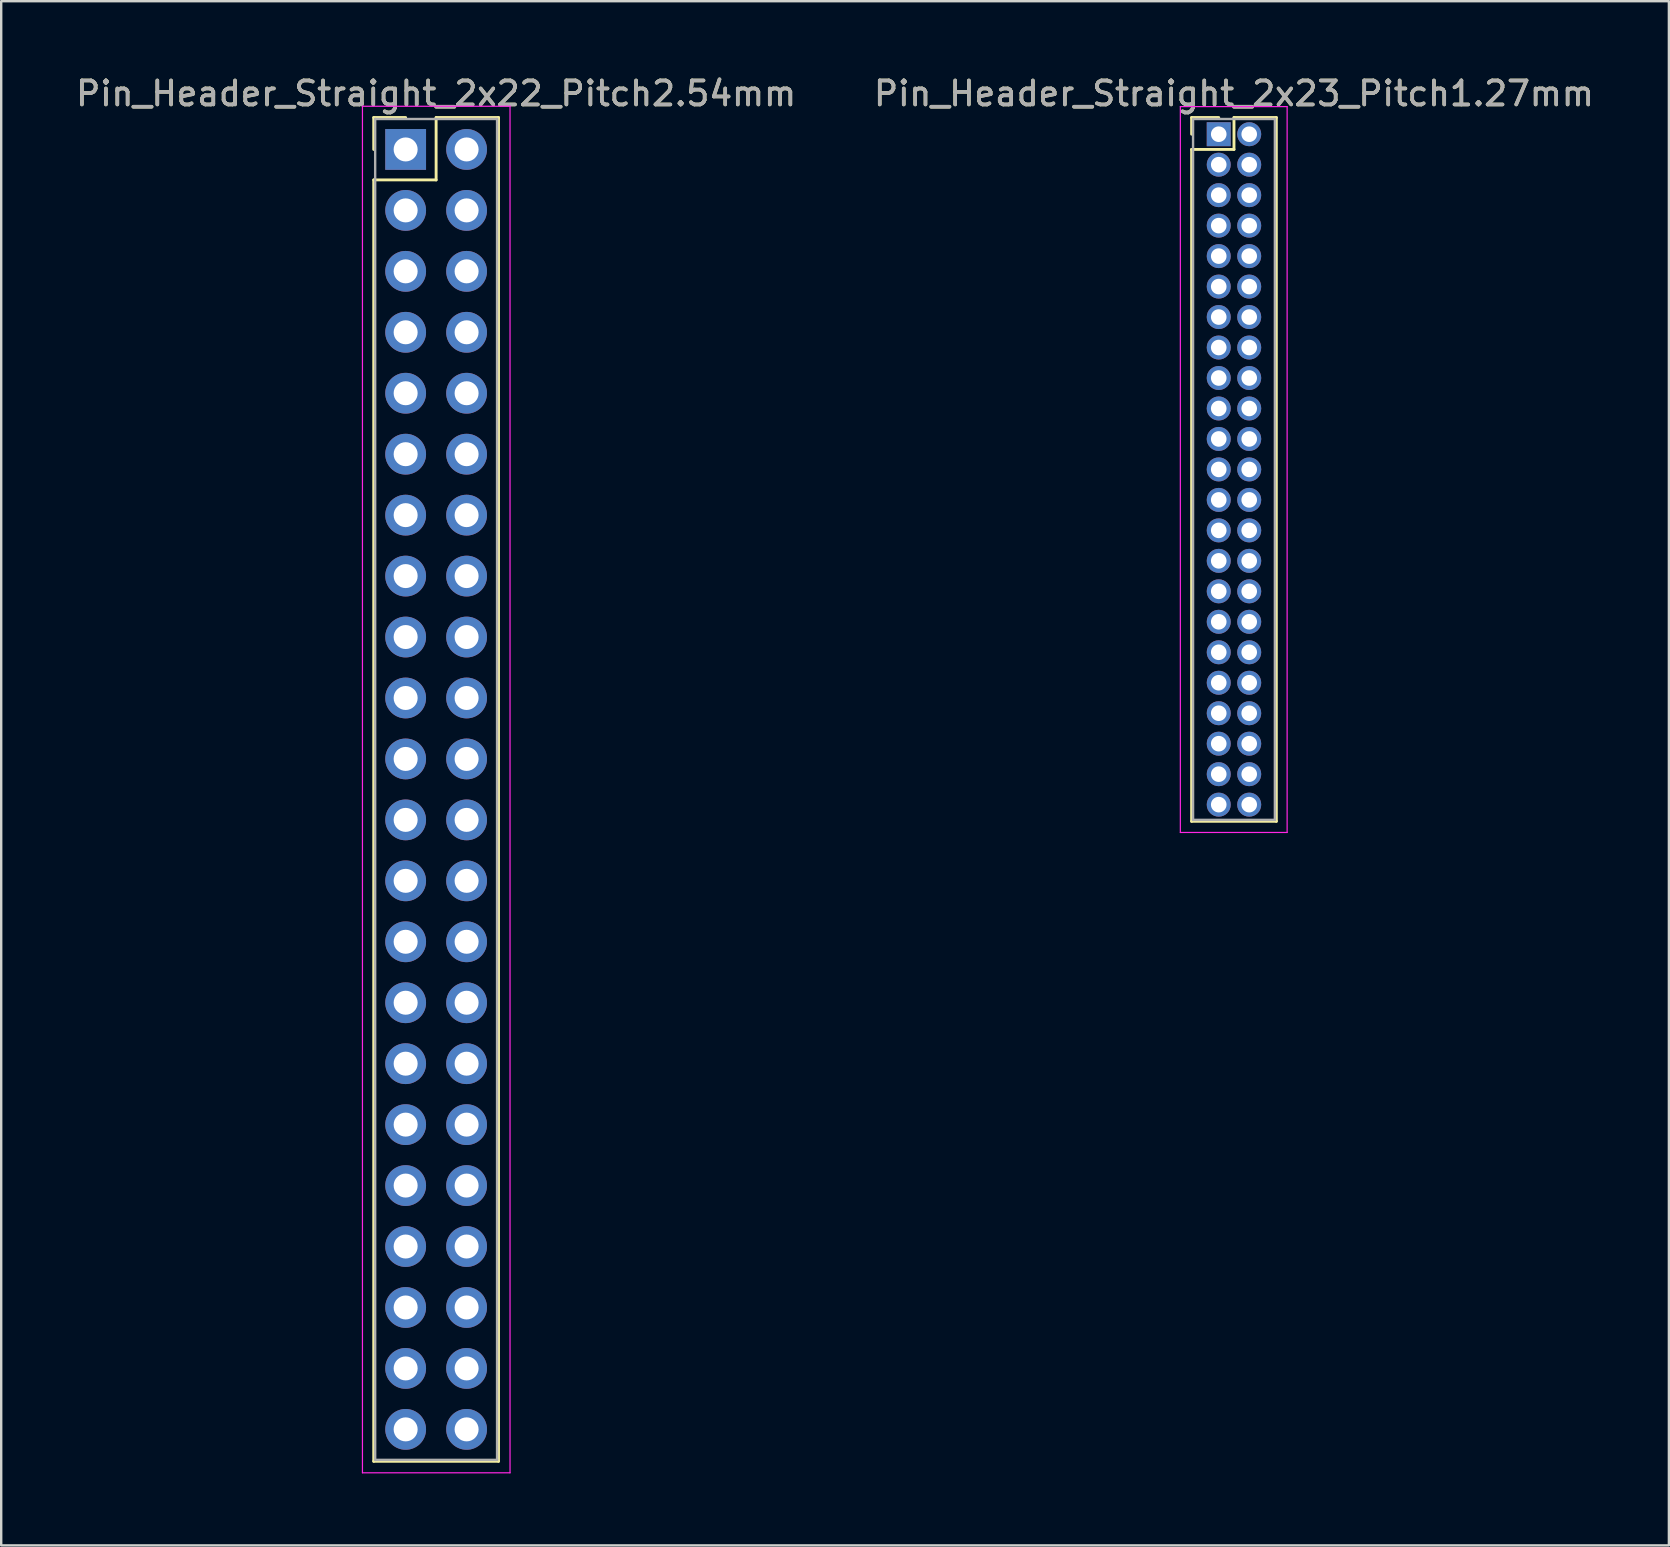
<source format=kicad_pcb>
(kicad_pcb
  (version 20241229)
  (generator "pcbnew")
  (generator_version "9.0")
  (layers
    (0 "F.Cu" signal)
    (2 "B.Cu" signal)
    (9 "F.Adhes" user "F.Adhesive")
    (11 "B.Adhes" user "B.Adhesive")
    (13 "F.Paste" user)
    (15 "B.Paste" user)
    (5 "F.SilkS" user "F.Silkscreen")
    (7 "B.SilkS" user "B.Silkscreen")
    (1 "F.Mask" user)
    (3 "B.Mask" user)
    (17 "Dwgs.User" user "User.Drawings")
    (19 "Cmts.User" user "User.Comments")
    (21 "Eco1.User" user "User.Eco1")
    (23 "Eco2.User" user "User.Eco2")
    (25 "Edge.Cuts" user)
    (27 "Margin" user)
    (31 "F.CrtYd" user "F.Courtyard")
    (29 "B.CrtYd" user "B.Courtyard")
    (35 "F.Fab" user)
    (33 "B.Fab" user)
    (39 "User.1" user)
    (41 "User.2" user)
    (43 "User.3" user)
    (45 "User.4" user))
  (footprint "Pin_Header_Straight_2x22_Pitch2.54mm"
    (layer "F.Cu")
    (at 13.855 3.178)
    (property "Reference" "Pin_Header_Straight_2x22_Pitch2.54mm" (at 1.27 -2.33 0) (layer "F.SilkS") (effects (font (size 1 1) (thickness 0.15))))
    (attr through_hole)
    (fp_line (start -1.33 -1.33) (end 0 -1.33) (stroke (width 0.12) (type solid)) (layer "F.SilkS"))
    (fp_line (start -1.33 0) (end -1.33 -1.33) (stroke (width 0.12) (type solid)) (layer "F.SilkS"))
    (fp_line (start -1.33 1.27) (end -1.33 54.67) (stroke (width 0.12) (type solid)) (layer "F.SilkS"))
    (fp_line (start -1.33 54.67) (end 3.87 54.67) (stroke (width 0.12) (type solid)) (layer "F.SilkS"))
    (fp_line (start 1.27 -1.33) (end 1.27 1.27) (stroke (width 0.12) (type solid)) (layer "F.SilkS"))
    (fp_line (start 1.27 1.27) (end -1.33 1.27) (stroke (width 0.12) (type solid)) (layer "F.SilkS"))
    (fp_line (start 3.87 -1.33) (end 1.27 -1.33) (stroke (width 0.12) (type solid)) (layer "F.SilkS"))
    (fp_line (start 3.87 54.67) (end 3.87 -1.33) (stroke (width 0.12) (type solid)) (layer "F.SilkS"))
    (fp_line (start -1.8 -1.8) (end -1.8 55.15) (stroke (width 0.05) (type solid)) (layer "F.CrtYd"))
    (fp_line (start -1.8 55.15) (end 4.35 55.15) (stroke (width 0.05) (type solid)) (layer "F.CrtYd"))
    (fp_line (start 4.35 -1.8) (end -1.8 -1.8) (stroke (width 0.05) (type solid)) (layer "F.CrtYd"))
    (fp_line (start 4.35 55.15) (end 4.35 -1.8) (stroke (width 0.05) (type solid)) (layer "F.CrtYd"))
    (fp_line (start -1.27 -1.27) (end -1.27 54.61) (stroke (width 0.1) (type solid)) (layer "F.Fab"))
    (fp_line (start -1.27 54.61) (end 3.81 54.61) (stroke (width 0.1) (type solid)) (layer "F.Fab"))
    (fp_line (start 3.81 -1.27) (end -1.27 -1.27) (stroke (width 0.1) (type solid)) (layer "F.Fab"))
    (fp_line (start 3.81 54.61) (end 3.81 -1.27) (stroke (width 0.1) (type solid)) (layer "F.Fab"))
    (fp_text user "${REFERENCE}" (at 1.27 -2.33 0) (layer "F.Fab") (effects (font (size 1 1) (thickness 0.15))))
    (pad "1" thru_hole rect (at 0 0) (size 1.7 1.7) (drill 1) (layers "*.Cu" "*.Mask"))
    (pad "2" thru_hole oval (at 2.54 0) (size 1.7 1.7) (drill 1) (layers "*.Cu" "*.Mask"))
    (pad "3" thru_hole oval (at 0 2.54) (size 1.7 1.7) (drill 1) (layers "*.Cu" "*.Mask"))
    (pad "4" thru_hole oval (at 2.54 2.54) (size 1.7 1.7) (drill 1) (layers "*.Cu" "*.Mask"))
    (pad "5" thru_hole oval (at 0 5.08) (size 1.7 1.7) (drill 1) (layers "*.Cu" "*.Mask"))
    (pad "6" thru_hole oval (at 2.54 5.08) (size 1.7 1.7) (drill 1) (layers "*.Cu" "*.Mask"))
    (pad "7" thru_hole oval (at 0 7.62) (size 1.7 1.7) (drill 1) (layers "*.Cu" "*.Mask"))
    (pad "8" thru_hole oval (at 2.54 7.62) (size 1.7 1.7) (drill 1) (layers "*.Cu" "*.Mask"))
    (pad "9" thru_hole oval (at 0 10.16) (size 1.7 1.7) (drill 1) (layers "*.Cu" "*.Mask"))
    (pad "10" thru_hole oval (at 2.54 10.16) (size 1.7 1.7) (drill 1) (layers "*.Cu" "*.Mask"))
    (pad "11" thru_hole oval (at 0 12.7) (size 1.7 1.7) (drill 1) (layers "*.Cu" "*.Mask"))
    (pad "12" thru_hole oval (at 2.54 12.7) (size 1.7 1.7) (drill 1) (layers "*.Cu" "*.Mask"))
    (pad "13" thru_hole oval (at 0 15.24) (size 1.7 1.7) (drill 1) (layers "*.Cu" "*.Mask"))
    (pad "14" thru_hole oval (at 2.54 15.24) (size 1.7 1.7) (drill 1) (layers "*.Cu" "*.Mask"))
    (pad "15" thru_hole oval (at 0 17.78) (size 1.7 1.7) (drill 1) (layers "*.Cu" "*.Mask"))
    (pad "16" thru_hole oval (at 2.54 17.78) (size 1.7 1.7) (drill 1) (layers "*.Cu" "*.Mask"))
    (pad "17" thru_hole oval (at 0 20.32) (size 1.7 1.7) (drill 1) (layers "*.Cu" "*.Mask"))
    (pad "18" thru_hole oval (at 2.54 20.32) (size 1.7 1.7) (drill 1) (layers "*.Cu" "*.Mask"))
    (pad "19" thru_hole oval (at 0 22.86) (size 1.7 1.7) (drill 1) (layers "*.Cu" "*.Mask"))
    (pad "20" thru_hole oval (at 2.54 22.86) (size 1.7 1.7) (drill 1) (layers "*.Cu" "*.Mask"))
    (pad "21" thru_hole oval (at 0 25.4) (size 1.7 1.7) (drill 1) (layers "*.Cu" "*.Mask"))
    (pad "22" thru_hole oval (at 2.54 25.4) (size 1.7 1.7) (drill 1) (layers "*.Cu" "*.Mask"))
    (pad "23" thru_hole oval (at 0 27.94) (size 1.7 1.7) (drill 1) (layers "*.Cu" "*.Mask"))
    (pad "24" thru_hole oval (at 2.54 27.94) (size 1.7 1.7) (drill 1) (layers "*.Cu" "*.Mask"))
    (pad "25" thru_hole oval (at 0 30.48) (size 1.7 1.7) (drill 1) (layers "*.Cu" "*.Mask"))
    (pad "26" thru_hole oval (at 2.54 30.48) (size 1.7 1.7) (drill 1) (layers "*.Cu" "*.Mask"))
    (pad "27" thru_hole oval (at 0 33.02) (size 1.7 1.7) (drill 1) (layers "*.Cu" "*.Mask"))
    (pad "28" thru_hole oval (at 2.54 33.02) (size 1.7 1.7) (drill 1) (layers "*.Cu" "*.Mask"))
    (pad "29" thru_hole oval (at 0 35.56) (size 1.7 1.7) (drill 1) (layers "*.Cu" "*.Mask"))
    (pad "30" thru_hole oval (at 2.54 35.56) (size 1.7 1.7) (drill 1) (layers "*.Cu" "*.Mask"))
    (pad "31" thru_hole oval (at 0 38.1) (size 1.7 1.7) (drill 1) (layers "*.Cu" "*.Mask"))
    (pad "32" thru_hole oval (at 2.54 38.1) (size 1.7 1.7) (drill 1) (layers "*.Cu" "*.Mask"))
    (pad "33" thru_hole oval (at 0 40.64) (size 1.7 1.7) (drill 1) (layers "*.Cu" "*.Mask"))
    (pad "34" thru_hole oval (at 2.54 40.64) (size 1.7 1.7) (drill 1) (layers "*.Cu" "*.Mask"))
    (pad "35" thru_hole oval (at 0 43.18) (size 1.7 1.7) (drill 1) (layers "*.Cu" "*.Mask"))
    (pad "36" thru_hole oval (at 2.54 43.18) (size 1.7 1.7) (drill 1) (layers "*.Cu" "*.Mask"))
    (pad "37" thru_hole oval (at 0 45.72) (size 1.7 1.7) (drill 1) (layers "*.Cu" "*.Mask"))
    (pad "38" thru_hole oval (at 2.54 45.72) (size 1.7 1.7) (drill 1) (layers "*.Cu" "*.Mask"))
    (pad "39" thru_hole oval (at 0 48.26) (size 1.7 1.7) (drill 1) (layers "*.Cu" "*.Mask"))
    (pad "40" thru_hole oval (at 2.54 48.26) (size 1.7 1.7) (drill 1) (layers "*.Cu" "*.Mask"))
    (pad "41" thru_hole oval (at 0 50.8) (size 1.7 1.7) (drill 1) (layers "*.Cu" "*.Mask"))
    (pad "42" thru_hole oval (at 2.54 50.8) (size 1.7 1.7) (drill 1) (layers "*.Cu" "*.Mask"))
    (pad "43" thru_hole oval (at 0 53.34) (size 1.7 1.7) (drill 1) (layers "*.Cu" "*.Mask"))
    (pad "44" thru_hole oval (at 2.54 53.34) (size 1.7 1.7) (drill 1) (layers "*.Cu" "*.Mask")))
  (footprint "Pin_Header_Straight_2x23_Pitch1.27mm"
    (layer "F.Cu")
    (at 47.74 2.543)
    (property "Reference" "Pin_Header_Straight_2x23_Pitch1.27mm" (at 0.635 -1.695 0) (layer "F.SilkS") (effects (font (size 1 1) (thickness 0.15))))
    (attr through_hole)
    (fp_line (start -1.13 -0.695) (end 0 -0.695) (stroke (width 0.12) (type solid)) (layer "F.SilkS"))
    (fp_line (start -1.13 0) (end -1.13 -0.695) (stroke (width 0.12) (type solid)) (layer "F.SilkS"))
    (fp_line (start -1.13 0.635) (end -1.13 28.635) (stroke (width 0.12) (type solid)) (layer "F.SilkS"))
    (fp_line (start -1.13 28.635) (end 2.4 28.635) (stroke (width 0.12) (type solid)) (layer "F.SilkS"))
    (fp_line (start 0.635 -0.695) (end 0.635 0.635) (stroke (width 0.12) (type solid)) (layer "F.SilkS"))
    (fp_line (start 0.635 0.635) (end -1.13 0.635) (stroke (width 0.12) (type solid)) (layer "F.SilkS"))
    (fp_line (start 2.4 -0.695) (end 0.635 -0.695) (stroke (width 0.12) (type solid)) (layer "F.SilkS"))
    (fp_line (start 2.4 28.635) (end 2.4 -0.695) (stroke (width 0.12) (type solid)) (layer "F.SilkS"))
    (fp_line (start -1.6 -1.15) (end -1.6 29.1) (stroke (width 0.05) (type solid)) (layer "F.CrtYd"))
    (fp_line (start -1.6 29.1) (end 2.85 29.1) (stroke (width 0.05) (type solid)) (layer "F.CrtYd"))
    (fp_line (start 2.85 -1.15) (end -1.6 -1.15) (stroke (width 0.05) (type solid)) (layer "F.CrtYd"))
    (fp_line (start 2.85 29.1) (end 2.85 -1.15) (stroke (width 0.05) (type solid)) (layer "F.CrtYd"))
    (fp_line (start -1.07 -0.635) (end -1.07 28.575) (stroke (width 0.1) (type solid)) (layer "F.Fab"))
    (fp_line (start -1.07 28.575) (end 2.34 28.575) (stroke (width 0.1) (type solid)) (layer "F.Fab"))
    (fp_line (start 2.34 -0.635) (end -1.07 -0.635) (stroke (width 0.1) (type solid)) (layer "F.Fab"))
    (fp_line (start 2.34 28.575) (end 2.34 -0.635) (stroke (width 0.1) (type solid)) (layer "F.Fab"))
    (fp_text user "${REFERENCE}" (at 0.635 -1.695 0) (layer "F.Fab") (effects (font (size 1 1) (thickness 0.15))))
    (pad "1" thru_hole rect (at 0 0) (size 1 1) (drill 0.65) (layers "*.Cu" "*.Mask"))
    (pad "2" thru_hole oval (at 1.27 0) (size 1 1) (drill 0.65) (layers "*.Cu" "*.Mask"))
    (pad "3" thru_hole oval (at 0 1.27) (size 1 1) (drill 0.65) (layers "*.Cu" "*.Mask"))
    (pad "4" thru_hole oval (at 1.27 1.27) (size 1 1) (drill 0.65) (layers "*.Cu" "*.Mask"))
    (pad "5" thru_hole oval (at 0 2.54) (size 1 1) (drill 0.65) (layers "*.Cu" "*.Mask"))
    (pad "6" thru_hole oval (at 1.27 2.54) (size 1 1) (drill 0.65) (layers "*.Cu" "*.Mask"))
    (pad "7" thru_hole oval (at 0 3.81) (size 1 1) (drill 0.65) (layers "*.Cu" "*.Mask"))
    (pad "8" thru_hole oval (at 1.27 3.81) (size 1 1) (drill 0.65) (layers "*.Cu" "*.Mask"))
    (pad "9" thru_hole oval (at 0 5.08) (size 1 1) (drill 0.65) (layers "*.Cu" "*.Mask"))
    (pad "10" thru_hole oval (at 1.27 5.08) (size 1 1) (drill 0.65) (layers "*.Cu" "*.Mask"))
    (pad "11" thru_hole oval (at 0 6.35) (size 1 1) (drill 0.65) (layers "*.Cu" "*.Mask"))
    (pad "12" thru_hole oval (at 1.27 6.35) (size 1 1) (drill 0.65) (layers "*.Cu" "*.Mask"))
    (pad "13" thru_hole oval (at 0 7.62) (size 1 1) (drill 0.65) (layers "*.Cu" "*.Mask"))
    (pad "14" thru_hole oval (at 1.27 7.62) (size 1 1) (drill 0.65) (layers "*.Cu" "*.Mask"))
    (pad "15" thru_hole oval (at 0 8.89) (size 1 1) (drill 0.65) (layers "*.Cu" "*.Mask"))
    (pad "16" thru_hole oval (at 1.27 8.89) (size 1 1) (drill 0.65) (layers "*.Cu" "*.Mask"))
    (pad "17" thru_hole oval (at 0 10.16) (size 1 1) (drill 0.65) (layers "*.Cu" "*.Mask"))
    (pad "18" thru_hole oval (at 1.27 10.16) (size 1 1) (drill 0.65) (layers "*.Cu" "*.Mask"))
    (pad "19" thru_hole oval (at 0 11.43) (size 1 1) (drill 0.65) (layers "*.Cu" "*.Mask"))
    (pad "20" thru_hole oval (at 1.27 11.43) (size 1 1) (drill 0.65) (layers "*.Cu" "*.Mask"))
    (pad "21" thru_hole oval (at 0 12.7) (size 1 1) (drill 0.65) (layers "*.Cu" "*.Mask"))
    (pad "22" thru_hole oval (at 1.27 12.7) (size 1 1) (drill 0.65) (layers "*.Cu" "*.Mask"))
    (pad "23" thru_hole oval (at 0 13.97) (size 1 1) (drill 0.65) (layers "*.Cu" "*.Mask"))
    (pad "24" thru_hole oval (at 1.27 13.97) (size 1 1) (drill 0.65) (layers "*.Cu" "*.Mask"))
    (pad "25" thru_hole oval (at 0 15.24) (size 1 1) (drill 0.65) (layers "*.Cu" "*.Mask"))
    (pad "26" thru_hole oval (at 1.27 15.24) (size 1 1) (drill 0.65) (layers "*.Cu" "*.Mask"))
    (pad "27" thru_hole oval (at 0 16.51) (size 1 1) (drill 0.65) (layers "*.Cu" "*.Mask"))
    (pad "28" thru_hole oval (at 1.27 16.51) (size 1 1) (drill 0.65) (layers "*.Cu" "*.Mask"))
    (pad "29" thru_hole oval (at 0 17.78) (size 1 1) (drill 0.65) (layers "*.Cu" "*.Mask"))
    (pad "30" thru_hole oval (at 1.27 17.78) (size 1 1) (drill 0.65) (layers "*.Cu" "*.Mask"))
    (pad "31" thru_hole oval (at 0 19.05) (size 1 1) (drill 0.65) (layers "*.Cu" "*.Mask"))
    (pad "32" thru_hole oval (at 1.27 19.05) (size 1 1) (drill 0.65) (layers "*.Cu" "*.Mask"))
    (pad "33" thru_hole oval (at 0 20.32) (size 1 1) (drill 0.65) (layers "*.Cu" "*.Mask"))
    (pad "34" thru_hole oval (at 1.27 20.32) (size 1 1) (drill 0.65) (layers "*.Cu" "*.Mask"))
    (pad "35" thru_hole oval (at 0 21.59) (size 1 1) (drill 0.65) (layers "*.Cu" "*.Mask"))
    (pad "36" thru_hole oval (at 1.27 21.59) (size 1 1) (drill 0.65) (layers "*.Cu" "*.Mask"))
    (pad "37" thru_hole oval (at 0 22.86) (size 1 1) (drill 0.65) (layers "*.Cu" "*.Mask"))
    (pad "38" thru_hole oval (at 1.27 22.86) (size 1 1) (drill 0.65) (layers "*.Cu" "*.Mask"))
    (pad "39" thru_hole oval (at 0 24.13) (size 1 1) (drill 0.65) (layers "*.Cu" "*.Mask"))
    (pad "40" thru_hole oval (at 1.27 24.13) (size 1 1) (drill 0.65) (layers "*.Cu" "*.Mask"))
    (pad "41" thru_hole oval (at 0 25.4) (size 1 1) (drill 0.65) (layers "*.Cu" "*.Mask"))
    (pad "42" thru_hole oval (at 1.27 25.4) (size 1 1) (drill 0.65) (layers "*.Cu" "*.Mask"))
    (pad "43" thru_hole oval (at 0 26.67) (size 1 1) (drill 0.65) (layers "*.Cu" "*.Mask"))
    (pad "44" thru_hole oval (at 1.27 26.67) (size 1 1) (drill 0.65) (layers "*.Cu" "*.Mask"))
    (pad "45" thru_hole oval (at 0 27.94) (size 1 1) (drill 0.65) (layers "*.Cu" "*.Mask"))
    (pad "46" thru_hole oval (at 1.27 27.94) (size 1 1) (drill 0.65) (layers "*.Cu" "*.Mask")))
  (gr_rect
    (start -3 -3)
    (end 66.5 61.353)
    (stroke (width 0.1) (type default))
    (fill no)
    (layer "Edge.Cuts")))
</source>
